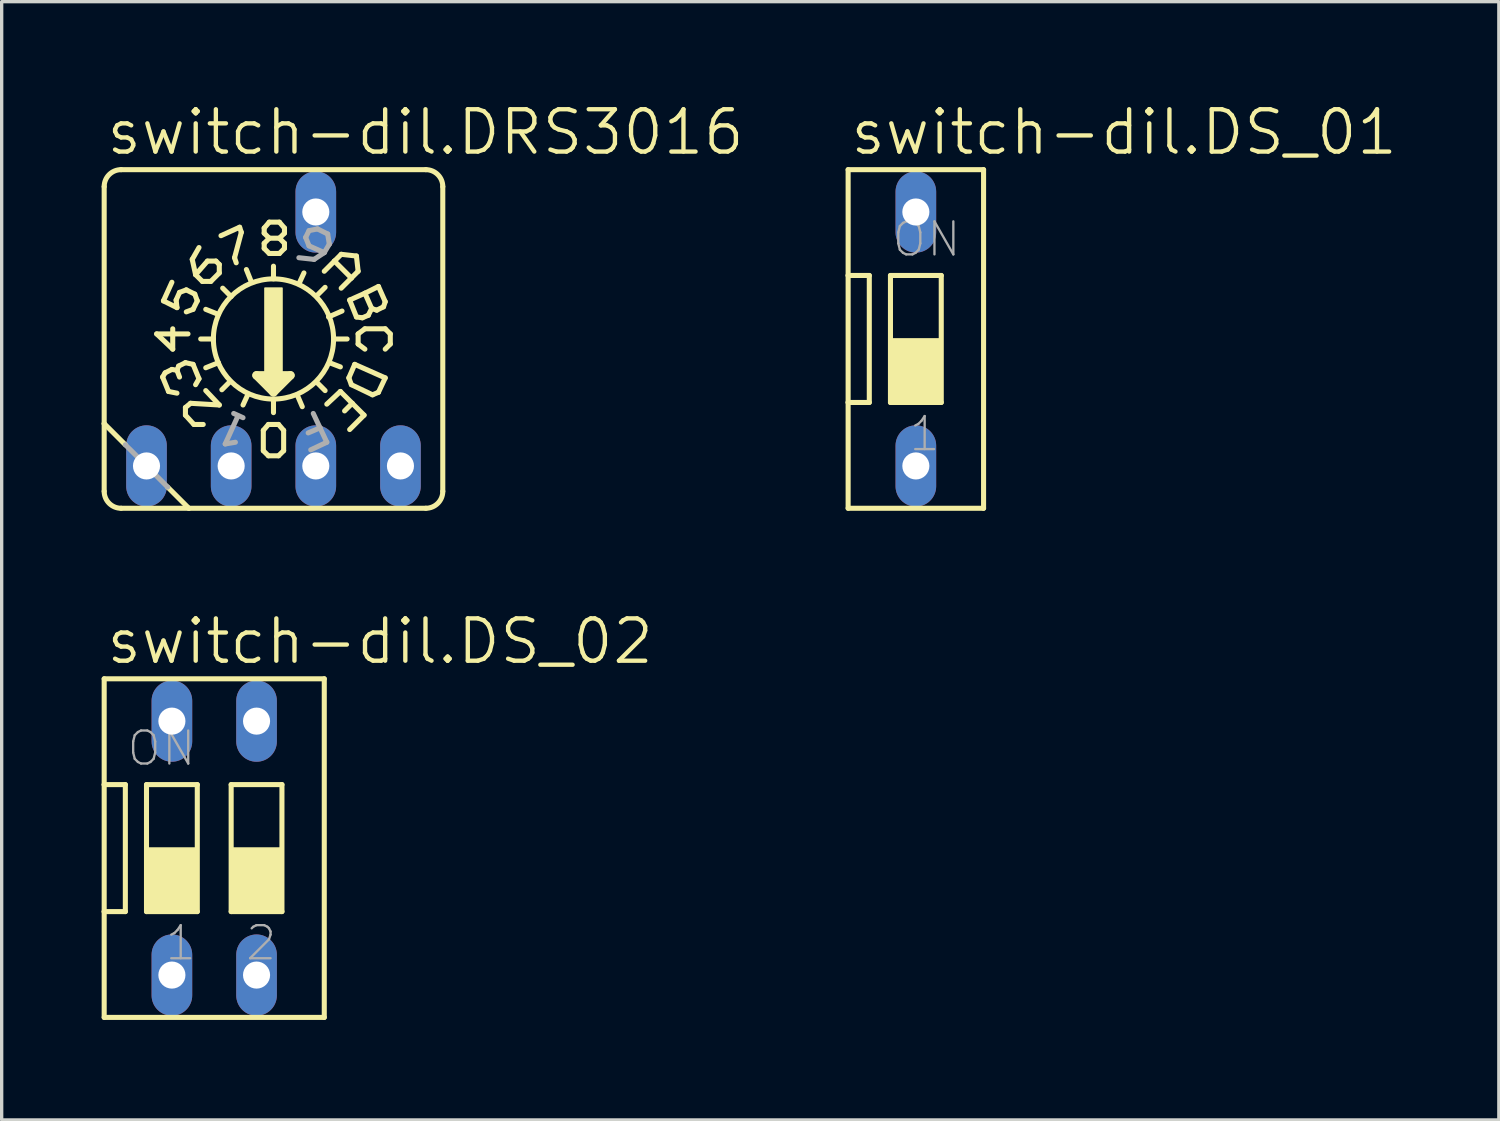
<source format=kicad_pcb>
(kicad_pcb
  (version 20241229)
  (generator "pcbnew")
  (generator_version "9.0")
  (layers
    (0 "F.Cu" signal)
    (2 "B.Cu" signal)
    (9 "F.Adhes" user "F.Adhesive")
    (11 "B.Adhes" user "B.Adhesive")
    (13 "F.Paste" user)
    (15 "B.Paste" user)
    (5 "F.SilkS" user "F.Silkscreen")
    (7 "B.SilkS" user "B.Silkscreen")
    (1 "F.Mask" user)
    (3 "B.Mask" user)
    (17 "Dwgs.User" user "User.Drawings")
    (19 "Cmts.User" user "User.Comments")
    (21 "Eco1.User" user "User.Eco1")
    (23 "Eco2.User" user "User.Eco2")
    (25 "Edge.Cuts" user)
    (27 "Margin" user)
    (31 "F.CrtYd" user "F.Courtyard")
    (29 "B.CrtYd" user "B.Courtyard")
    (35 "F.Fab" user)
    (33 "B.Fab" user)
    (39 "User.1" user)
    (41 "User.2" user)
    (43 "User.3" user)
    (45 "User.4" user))
  (footprint "switch-dil.DS_02"
    (layer "F.Cu")
    (at 3.378 22.398)
    (property "Reference" "switch-dil.DS_02" (at -3.302 -5.461 0) (layer "F.SilkS") (effects (font (size 1.27 1.27) (thickness 0.13)) (justify left bottom)))
    (attr through_hole)
    (fp_line (start -3.302 -5.08) (end -3.302 -1.905) (stroke (width 0.152) (type default)) (layer "F.SilkS"))
    (fp_line (start -3.302 -1.905) (end -3.302 1.905) (stroke (width 0.152) (type default)) (layer "F.SilkS"))
    (fp_line (start -3.302 -1.905) (end -2.667 -1.905) (stroke (width 0.152) (type default)) (layer "F.SilkS"))
    (fp_line (start -3.302 1.905) (end -3.302 5.08) (stroke (width 0.152) (type default)) (layer "F.SilkS"))
    (fp_line (start -3.302 1.905) (end -2.667 1.905) (stroke (width 0.152) (type default)) (layer "F.SilkS"))
    (fp_line (start -3.302 5.08) (end 3.302 5.08) (stroke (width 0.152) (type default)) (layer "F.SilkS"))
    (fp_line (start -2.667 1.905) (end -2.667 -1.905) (stroke (width 0.152) (type default)) (layer "F.SilkS"))
    (fp_line (start -2.032 -1.905) (end -2.032 1.905) (stroke (width 0.152) (type default)) (layer "F.SilkS"))
    (fp_line (start -2.032 -1.905) (end -0.508 -1.905) (stroke (width 0.152) (type default)) (layer "F.SilkS"))
    (fp_line (start -0.508 1.905) (end -2.032 1.905) (stroke (width 0.152) (type default)) (layer "F.SilkS"))
    (fp_line (start -0.508 1.905) (end -0.508 -1.905) (stroke (width 0.152) (type default)) (layer "F.SilkS"))
    (fp_line (start 0.508 -1.905) (end 0.508 1.905) (stroke (width 0.152) (type default)) (layer "F.SilkS"))
    (fp_line (start 0.508 -1.905) (end 2.032 -1.905) (stroke (width 0.152) (type default)) (layer "F.SilkS"))
    (fp_line (start 2.032 1.905) (end 0.508 1.905) (stroke (width 0.152) (type default)) (layer "F.SilkS"))
    (fp_line (start 2.032 1.905) (end 2.032 -1.905) (stroke (width 0.152) (type default)) (layer "F.SilkS"))
    (fp_line (start 3.302 -5.08) (end -3.302 -5.08) (stroke (width 0.152) (type default)) (layer "F.SilkS"))
    (fp_line (start 3.302 5.08) (end 3.302 -5.08) (stroke (width 0.152) (type default)) (layer "F.SilkS"))
    (fp_rect (start -2.032 1.905) (end -0.508 0) (stroke (width 0.05) (type default)) (fill yes) (layer "F.SilkS"))
    (fp_rect (start 0.508 1.905) (end 2.032 0) (stroke (width 0.05) (type default)) (fill yes) (layer "F.SilkS"))
    (fp_text user "1" (at -1.524 3.429 0) (layer "F.Fab") (effects (font (size 0.991 0.991) (thickness 0.07)) (justify left bottom)))
    (fp_text user "ON" (at -2.667 -2.413 0) (layer "F.Fab") (effects (font (size 0.991 0.991) (thickness 0.07)) (justify left bottom)))
    (fp_text user "2" (at 0.889 3.429 0) (layer "F.Fab") (effects (font (size 0.991 0.991) (thickness 0.07)) (justify left bottom)))
    (pad "1" thru_hole oval (at -1.27 3.81 90) (size 2.438 1.219) (drill 0.813) (layers "*.Cu" "*.Mask"))
    (pad "2" thru_hole oval (at 1.27 3.81 90) (size 2.438 1.219) (drill 0.813) (layers "*.Cu" "*.Mask"))
    (pad "3" thru_hole oval (at 1.27 -3.81 90) (size 2.438 1.219) (drill 0.813) (layers "*.Cu" "*.Mask"))
    (pad "4" thru_hole oval (at -1.27 -3.81 90) (size 2.438 1.219) (drill 0.813) (layers "*.Cu" "*.Mask")))
  (footprint "switch-dil.DRS3016"
    (layer "F.Cu")
    (at 5.156 7.121)
    (property "Reference" "switch-dil.DRS3016" (at -5.08 -5.461 0) (layer "F.SilkS") (effects (font (size 1.27 1.27) (thickness 0.13)) (justify left bottom)))
    (attr through_hole)
    (fp_line (start -5.08 2.54) (end -5.08 -4.572) (stroke (width 0.152) (type default)) (layer "F.SilkS"))
    (fp_line (start -5.08 4.572) (end -5.08 2.54) (stroke (width 0.152) (type default)) (layer "F.SilkS"))
    (fp_line (start -4.572 -5.08) (end 4.572 -5.08) (stroke (width 0.152) (type default)) (layer "F.SilkS"))
    (fp_line (start -4.572 5.08) (end -2.54 5.08) (stroke (width 0.152) (type default)) (layer "F.SilkS"))
    (fp_line (start -4.445 3.175) (end -5.08 2.54) (stroke (width 0.152) (type default)) (layer "F.SilkS"))
    (fp_line (start -3.505 -0.152) (end -3.023 0.305) (stroke (width 0.152) (type default)) (layer "F.SilkS"))
    (fp_line (start -3.327 1.143) (end -3.15 1.575) (stroke (width 0.152) (type default)) (layer "F.SilkS"))
    (fp_line (start -3.302 -1.143) (end -3.048 -1.702) (stroke (width 0.152) (type default)) (layer "F.SilkS"))
    (fp_line (start -3.302 -1.143) (end -2.896 -0.94) (stroke (width 0.152) (type default)) (layer "F.SilkS"))
    (fp_line (start -3.251 1.016) (end -3.327 1.143) (stroke (width 0.152) (type default)) (layer "F.SilkS"))
    (fp_line (start -3.175 4.445) (end -2.54 5.08) (stroke (width 0.152) (type default)) (layer "F.SilkS"))
    (fp_line (start -3.048 0.914) (end -3.251 1.016) (stroke (width 0.152) (type default)) (layer "F.SilkS"))
    (fp_line (start -3.023 0.305) (end -3.023 -0.305) (stroke (width 0.152) (type default)) (layer "F.SilkS"))
    (fp_line (start -2.921 -1.168) (end -2.819 -1.397) (stroke (width 0.152) (type default)) (layer "F.SilkS"))
    (fp_line (start -2.896 -0.94) (end -2.921 -1.168) (stroke (width 0.152) (type default)) (layer "F.SilkS"))
    (fp_line (start -2.896 0.94) (end -3.048 0.914) (stroke (width 0.152) (type default)) (layer "F.SilkS"))
    (fp_line (start -2.896 0.94) (end -2.819 1.143) (stroke (width 0.152) (type default)) (layer "F.SilkS"))
    (fp_line (start -2.896 1.626) (end -3.15 1.575) (stroke (width 0.152) (type default)) (layer "F.SilkS"))
    (fp_line (start -2.845 0.813) (end -2.896 0.94) (stroke (width 0.152) (type default)) (layer "F.SilkS"))
    (fp_line (start -2.819 -1.397) (end -2.616 -1.473) (stroke (width 0.152) (type default)) (layer "F.SilkS"))
    (fp_line (start -2.642 0.711) (end -2.845 0.813) (stroke (width 0.152) (type default)) (layer "F.SilkS"))
    (fp_line (start -2.642 2.057) (end -2.489 1.93) (stroke (width 0.152) (type default)) (layer "F.SilkS"))
    (fp_line (start -2.642 2.286) (end -2.642 2.057) (stroke (width 0.152) (type default)) (layer "F.SilkS"))
    (fp_line (start -2.642 2.286) (end -2.388 2.565) (stroke (width 0.152) (type default)) (layer "F.SilkS"))
    (fp_line (start -2.616 -1.473) (end -2.362 -1.346) (stroke (width 0.152) (type default)) (layer "F.SilkS"))
    (fp_line (start -2.565 -0.152) (end -3.505 -0.152) (stroke (width 0.152) (type default)) (layer "F.SilkS"))
    (fp_line (start -2.54 5.08) (end 4.572 5.08) (stroke (width 0.152) (type default)) (layer "F.SilkS"))
    (fp_line (start -2.489 1.93) (end -1.626 1.981) (stroke (width 0.152) (type default)) (layer "F.SilkS"))
    (fp_line (start -2.438 -2.388) (end -2.235 -2.743) (stroke (width 0.152) (type default)) (layer "F.SilkS"))
    (fp_line (start -2.413 -0.889) (end -2.616 -0.813) (stroke (width 0.152) (type default)) (layer "F.SilkS"))
    (fp_line (start -2.413 0.762) (end -2.642 0.711) (stroke (width 0.152) (type default)) (layer "F.SilkS"))
    (fp_line (start -2.413 0.762) (end -2.235 1.194) (stroke (width 0.152) (type default)) (layer "F.SilkS"))
    (fp_line (start -2.388 2.565) (end -2.108 2.565) (stroke (width 0.152) (type default)) (layer "F.SilkS"))
    (fp_line (start -2.362 -1.346) (end -2.286 -1.143) (stroke (width 0.152) (type default)) (layer "F.SilkS"))
    (fp_line (start -2.337 -1.93) (end -2.438 -2.388) (stroke (width 0.152) (type default)) (layer "F.SilkS"))
    (fp_line (start -2.337 1.372) (end -2.235 1.194) (stroke (width 0.152) (type default)) (layer "F.SilkS"))
    (fp_line (start -2.286 -1.143) (end -2.413 -0.889) (stroke (width 0.152) (type default)) (layer "F.SilkS"))
    (fp_line (start -2.184 0) (end -1.803 0) (stroke (width 0.152) (type default)) (layer "F.SilkS"))
    (fp_line (start -2.134 -1.727) (end -2.337 -1.93) (stroke (width 0.152) (type default)) (layer "F.SilkS"))
    (fp_line (start -2.032 1.549) (end -1.626 1.981) (stroke (width 0.152) (type default)) (layer "F.SilkS"))
    (fp_line (start -1.981 -2.337) (end -2.337 -1.93) (stroke (width 0.152) (type default)) (layer "F.SilkS"))
    (fp_line (start -1.88 -1.727) (end -2.134 -1.727) (stroke (width 0.152) (type default)) (layer "F.SilkS"))
    (fp_line (start -1.88 -1.727) (end -1.626 -1.981) (stroke (width 0.152) (type default)) (layer "F.SilkS"))
    (fp_line (start -1.727 -2.337) (end -1.981 -2.337) (stroke (width 0.152) (type default)) (layer "F.SilkS"))
    (fp_line (start -1.651 -0.737) (end -2.032 -0.889) (stroke (width 0.152) (type default)) (layer "F.SilkS"))
    (fp_line (start -1.651 0.711) (end -2.032 0.864) (stroke (width 0.152) (type default)) (layer "F.SilkS"))
    (fp_line (start -1.626 -2.235) (end -1.727 -2.337) (stroke (width 0.152) (type default)) (layer "F.SilkS"))
    (fp_line (start -1.626 -1.981) (end -1.626 -2.235) (stroke (width 0.152) (type default)) (layer "F.SilkS"))
    (fp_line (start -1.575 -3.099) (end -1.016 -3.353) (stroke (width 0.152) (type default)) (layer "F.SilkS"))
    (fp_line (start -1.295 1.27) (end -1.549 1.524) (stroke (width 0.152) (type default)) (layer "F.SilkS"))
    (fp_line (start -1.27 -1.27) (end -1.524 -1.524) (stroke (width 0.152) (type default)) (layer "F.SilkS"))
    (fp_line (start -1.168 -2.438) (end -1.118 -2.286) (stroke (width 0.152) (type default)) (layer "F.SilkS"))
    (fp_line (start -1.016 -3.353) (end -0.965 -3.2) (stroke (width 0.152) (type default)) (layer "F.SilkS"))
    (fp_line (start -0.965 -3.2) (end -1.168 -2.438) (stroke (width 0.152) (type default)) (layer "F.SilkS"))
    (fp_line (start -0.762 1.651) (end -0.914 1.981) (stroke (width 0.152) (type default)) (layer "F.SilkS"))
    (fp_line (start -0.66 -1.702) (end -0.813 -2.083) (stroke (width 0.152) (type default)) (layer "F.SilkS"))
    (fp_line (start -0.508 1.092) (end 0 1.6) (stroke (width 0.254) (type default)) (layer "F.SilkS"))
    (fp_line (start -0.305 2.743) (end -0.305 3.353) (stroke (width 0.152) (type default)) (layer "F.SilkS"))
    (fp_line (start -0.305 3.353) (end -0.152 3.505) (stroke (width 0.152) (type default)) (layer "F.SilkS"))
    (fp_line (start -0.279 -3.327) (end -0.279 -3.175) (stroke (width 0.152) (type default)) (layer "F.SilkS"))
    (fp_line (start -0.279 -3.175) (end -0.127 -3.023) (stroke (width 0.152) (type default)) (layer "F.SilkS"))
    (fp_line (start -0.279 -2.87) (end -0.279 -2.718) (stroke (width 0.152) (type default)) (layer "F.SilkS"))
    (fp_line (start -0.279 -2.718) (end -0.127 -2.565) (stroke (width 0.152) (type default)) (layer "F.SilkS"))
    (fp_line (start -0.254 1.219) (end 0.254 1.219) (stroke (width 0.254) (type default)) (layer "F.SilkS"))
    (fp_line (start -0.152 2.565) (end -0.305 2.743) (stroke (width 0.152) (type default)) (layer "F.SilkS"))
    (fp_line (start -0.152 3.505) (end 0.152 3.505) (stroke (width 0.152) (type default)) (layer "F.SilkS"))
    (fp_line (start -0.127 -3.505) (end -0.279 -3.327) (stroke (width 0.152) (type default)) (layer "F.SilkS"))
    (fp_line (start -0.127 -3.023) (end -0.279 -2.87) (stroke (width 0.152) (type default)) (layer "F.SilkS"))
    (fp_line (start -0.127 -3.023) (end 0.178 -3.023) (stroke (width 0.152) (type default)) (layer "F.SilkS"))
    (fp_line (start -0.127 -2.565) (end 0.178 -2.565) (stroke (width 0.152) (type default)) (layer "F.SilkS"))
    (fp_line (start 0 -1.803) (end 0 -2.184) (stroke (width 0.152) (type default)) (layer "F.SilkS"))
    (fp_line (start 0 1.473) (end 0 1.346) (stroke (width 0.254) (type default)) (layer "F.SilkS"))
    (fp_line (start 0 1.6) (end 0.508 1.092) (stroke (width 0.254) (type default)) (layer "F.SilkS"))
    (fp_line (start 0 1.829) (end 0 2.21) (stroke (width 0.152) (type default)) (layer "F.SilkS"))
    (fp_line (start 0.152 2.565) (end -0.152 2.565) (stroke (width 0.152) (type default)) (layer "F.SilkS"))
    (fp_line (start 0.152 3.505) (end 0.305 3.353) (stroke (width 0.152) (type default)) (layer "F.SilkS"))
    (fp_line (start 0.178 -3.505) (end -0.127 -3.505) (stroke (width 0.152) (type default)) (layer "F.SilkS"))
    (fp_line (start 0.178 -3.023) (end 0.33 -3.175) (stroke (width 0.152) (type default)) (layer "F.SilkS"))
    (fp_line (start 0.178 -2.565) (end 0.33 -2.718) (stroke (width 0.152) (type default)) (layer "F.SilkS"))
    (fp_line (start 0.305 2.743) (end 0.152 2.565) (stroke (width 0.152) (type default)) (layer "F.SilkS"))
    (fp_line (start 0.305 3.353) (end 0.305 2.743) (stroke (width 0.152) (type default)) (layer "F.SilkS"))
    (fp_line (start 0.33 -3.327) (end 0.178 -3.505) (stroke (width 0.152) (type default)) (layer "F.SilkS"))
    (fp_line (start 0.33 -3.175) (end 0.33 -3.327) (stroke (width 0.152) (type default)) (layer "F.SilkS"))
    (fp_line (start 0.33 -2.87) (end 0.178 -3.023) (stroke (width 0.152) (type default)) (layer "F.SilkS"))
    (fp_line (start 0.33 -2.718) (end 0.33 -2.87) (stroke (width 0.152) (type default)) (layer "F.SilkS"))
    (fp_line (start 0.508 1.092) (end -0.508 1.092) (stroke (width 0.254) (type default)) (layer "F.SilkS"))
    (fp_line (start 0.711 1.676) (end 0.864 2.032) (stroke (width 0.152) (type default)) (layer "F.SilkS"))
    (fp_line (start 0.762 -1.651) (end 0.914 -1.981) (stroke (width 0.152) (type default)) (layer "F.SilkS"))
    (fp_line (start 1.295 -1.295) (end 1.549 -1.549) (stroke (width 0.152) (type default)) (layer "F.SilkS"))
    (fp_line (start 1.295 1.295) (end 1.549 1.549) (stroke (width 0.152) (type default)) (layer "F.SilkS"))
    (fp_line (start 1.524 -2.032) (end 1.829 -2.337) (stroke (width 0.152) (type default)) (layer "F.SilkS"))
    (fp_line (start 1.651 -0.66) (end 2.057 -0.838) (stroke (width 0.152) (type default)) (layer "F.SilkS"))
    (fp_line (start 1.676 0.711) (end 2.007 0.838) (stroke (width 0.152) (type default)) (layer "F.SilkS"))
    (fp_line (start 1.829 -2.337) (end 2.032 -2.54) (stroke (width 0.152) (type default)) (layer "F.SilkS"))
    (fp_line (start 1.829 -2.337) (end 2.337 -1.829) (stroke (width 0.152) (type default)) (layer "F.SilkS"))
    (fp_line (start 1.829 0) (end 2.21 0) (stroke (width 0.152) (type default)) (layer "F.SilkS"))
    (fp_line (start 2.007 1.575) (end 1.6 1.956) (stroke (width 0.152) (type default)) (layer "F.SilkS"))
    (fp_line (start 2.007 1.575) (end 2.362 1.93) (stroke (width 0.152) (type default)) (layer "F.SilkS"))
    (fp_line (start 2.032 -2.54) (end 2.489 -2.489) (stroke (width 0.152) (type default)) (layer "F.SilkS"))
    (fp_line (start 2.261 1.168) (end 2.337 1.372) (stroke (width 0.152) (type default)) (layer "F.SilkS"))
    (fp_line (start 2.286 -1.168) (end 2.743 -1.372) (stroke (width 0.152) (type default)) (layer "F.SilkS"))
    (fp_line (start 2.337 -1.829) (end 2.032 -1.524) (stroke (width 0.152) (type default)) (layer "F.SilkS"))
    (fp_line (start 2.337 1.372) (end 2.972 1.676) (stroke (width 0.152) (type default)) (layer "F.SilkS"))
    (fp_line (start 2.362 1.93) (end 2.134 2.159) (stroke (width 0.152) (type default)) (layer "F.SilkS"))
    (fp_line (start 2.362 1.93) (end 2.718 2.286) (stroke (width 0.152) (type default)) (layer "F.SilkS"))
    (fp_line (start 2.438 0.762) (end 2.261 1.168) (stroke (width 0.152) (type default)) (layer "F.SilkS"))
    (fp_line (start 2.489 -2.489) (end 2.54 -2.032) (stroke (width 0.152) (type default)) (layer "F.SilkS"))
    (fp_line (start 2.489 -0.66) (end 2.286 -1.168) (stroke (width 0.152) (type default)) (layer "F.SilkS"))
    (fp_line (start 2.54 -2.032) (end 2.337 -1.829) (stroke (width 0.152) (type default)) (layer "F.SilkS"))
    (fp_line (start 2.54 -0.152) (end 2.54 0.152) (stroke (width 0.152) (type default)) (layer "F.SilkS"))
    (fp_line (start 2.54 0.152) (end 2.743 0.305) (stroke (width 0.152) (type default)) (layer "F.SilkS"))
    (fp_line (start 2.667 -0.635) (end 2.489 -0.66) (stroke (width 0.152) (type default)) (layer "F.SilkS"))
    (fp_line (start 2.718 2.286) (end 2.286 2.718) (stroke (width 0.152) (type default)) (layer "F.SilkS"))
    (fp_line (start 2.743 -1.372) (end 3.15 -1.575) (stroke (width 0.152) (type default)) (layer "F.SilkS"))
    (fp_line (start 2.743 -0.305) (end 2.54 -0.152) (stroke (width 0.152) (type default)) (layer "F.SilkS"))
    (fp_line (start 2.743 -0.305) (end 3.353 -0.305) (stroke (width 0.152) (type default)) (layer "F.SilkS"))
    (fp_line (start 2.845 -0.711) (end 2.667 -0.635) (stroke (width 0.152) (type default)) (layer "F.SilkS"))
    (fp_line (start 2.946 -0.914) (end 2.743 -1.372) (stroke (width 0.152) (type default)) (layer "F.SilkS"))
    (fp_line (start 2.946 -0.914) (end 2.845 -0.711) (stroke (width 0.152) (type default)) (layer "F.SilkS"))
    (fp_line (start 2.972 1.676) (end 3.15 1.6) (stroke (width 0.152) (type default)) (layer "F.SilkS"))
    (fp_line (start 3.099 -0.864) (end 2.946 -0.914) (stroke (width 0.152) (type default)) (layer "F.SilkS"))
    (fp_line (start 3.15 -1.575) (end 3.353 -1.118) (stroke (width 0.152) (type default)) (layer "F.SilkS"))
    (fp_line (start 3.15 1.6) (end 3.353 1.168) (stroke (width 0.152) (type default)) (layer "F.SilkS"))
    (fp_line (start 3.302 -0.965) (end 3.099 -0.864) (stroke (width 0.152) (type default)) (layer "F.SilkS"))
    (fp_line (start 3.353 -1.118) (end 3.302 -0.965) (stroke (width 0.152) (type default)) (layer "F.SilkS"))
    (fp_line (start 3.353 -0.305) (end 3.505 -0.152) (stroke (width 0.152) (type default)) (layer "F.SilkS"))
    (fp_line (start 3.353 1.168) (end 2.438 0.762) (stroke (width 0.152) (type default)) (layer "F.SilkS"))
    (fp_line (start 3.505 -0.152) (end 3.505 0.152) (stroke (width 0.152) (type default)) (layer "F.SilkS"))
    (fp_line (start 3.505 0.152) (end 3.353 0.305) (stroke (width 0.152) (type default)) (layer "F.SilkS"))
    (fp_line (start 5.08 4.572) (end 5.08 -4.572) (stroke (width 0.152) (type default)) (layer "F.SilkS"))
    (fp_rect (start -0.254 1.016) (end 0.254 -1.524) (stroke (width 0.05) (type default)) (fill yes) (layer "F.SilkS"))
    (fp_arc (start -5.08 -4.572) (mid -4.93121 -4.93121) (end -4.572 -5.08) (stroke (width 0.1524) (type default)) (layer "F.SilkS"))
    (fp_arc (start -4.572 5.08) (mid -4.93121 4.93121) (end -5.08 4.572) (stroke (width 0.1524) (type default)) (layer "F.SilkS"))
    (fp_arc (start 4.572 -5.08) (mid 4.93121 -4.93121) (end 5.08 -4.572) (stroke (width 0.1524) (type default)) (layer "F.SilkS"))
    (fp_arc (start 5.08 4.572) (mid 4.93121 4.93121) (end 4.572 5.08) (stroke (width 0.1524) (type default)) (layer "F.SilkS"))
    (fp_circle (center 0 0) (end 1.803 0) (stroke (width 0.152) (type default)) (fill no) (layer "F.SilkS"))
    (fp_line (start -3.175 4.445) (end -4.445 3.175) (stroke (width 0.152) (type default)) (layer "F.Fab"))
    (fp_line (start -1.448 3.15) (end -1.143 3.099) (stroke (width 0.152) (type default)) (layer "F.Fab"))
    (fp_line (start -1.194 2.235) (end -0.914 2.362) (stroke (width 0.152) (type default)) (layer "F.Fab"))
    (fp_line (start -1.067 2.311) (end -1.448 3.15) (stroke (width 0.152) (type default)) (layer "F.Fab"))
    (fp_line (start 0.965 -3.048) (end 1.067 -2.794) (stroke (width 0.152) (type default)) (layer "F.Fab"))
    (fp_line (start 1.067 -3.251) (end 0.965 -3.048) (stroke (width 0.152) (type default)) (layer "F.Fab"))
    (fp_line (start 1.067 -2.794) (end 1.524 -2.591) (stroke (width 0.152) (type default)) (layer "F.Fab"))
    (fp_line (start 1.118 3.327) (end 1.6 3.099) (stroke (width 0.152) (type default)) (layer "F.Fab"))
    (fp_line (start 1.219 -2.388) (end 0.762 -2.438) (stroke (width 0.152) (type default)) (layer "F.Fab"))
    (fp_line (start 1.321 -3.302) (end 1.067 -3.251) (stroke (width 0.152) (type default)) (layer "F.Fab"))
    (fp_line (start 1.397 2.667) (end 1.041 2.819) (stroke (width 0.152) (type default)) (layer "F.Fab"))
    (fp_line (start 1.397 2.667) (end 1.194 2.235) (stroke (width 0.152) (type default)) (layer "F.Fab"))
    (fp_line (start 1.524 -2.591) (end 1.219 -2.388) (stroke (width 0.152) (type default)) (layer "F.Fab"))
    (fp_line (start 1.6 3.099) (end 1.397 2.667) (stroke (width 0.152) (type default)) (layer "F.Fab"))
    (fp_line (start 1.626 -3.15) (end 1.321 -3.302) (stroke (width 0.152) (type default)) (layer "F.Fab"))
    (fp_line (start 1.626 -3.15) (end 1.676 -2.845) (stroke (width 0.152) (type default)) (layer "F.Fab"))
    (fp_line (start 1.676 -2.845) (end 1.524 -2.591) (stroke (width 0.152) (type default)) (layer "F.Fab"))
    (pad "1" thru_hole oval (at 3.81 3.81 90) (size 2.438 1.219) (drill 0.813) (layers "*.Cu" "*.Mask"))
    (pad "2" thru_hole oval (at 1.27 3.81 90) (size 2.438 1.219) (drill 0.813) (layers "*.Cu" "*.Mask"))
    (pad "4" thru_hole oval (at -1.27 3.81 90) (size 2.438 1.219) (drill 0.813) (layers "*.Cu" "*.Mask"))
    (pad "8" thru_hole oval (at -3.81 3.81 90) (size 2.438 1.219) (drill 0.813) (layers "*.Cu" "*.Mask"))
    (pad "C" thru_hole oval (at 1.27 -3.81 90) (size 2.438 1.219) (drill 0.813) (layers "*.Cu" "*.Mask")))
  (footprint "switch-dil.DS_01"
    (layer "F.Cu")
    (at 24.431 7.121)
    (property "Reference" "switch-dil.DS_01" (at -2.032 -5.461 0) (layer "F.SilkS") (effects (font (size 1.27 1.27) (thickness 0.13)) (justify left bottom)))
    (attr through_hole)
    (fp_line (start -2.032 -5.08) (end -2.032 -1.905) (stroke (width 0.152) (type default)) (layer "F.SilkS"))
    (fp_line (start -2.032 -1.905) (end -2.032 1.905) (stroke (width 0.152) (type default)) (layer "F.SilkS"))
    (fp_line (start -2.032 -1.905) (end -1.397 -1.905) (stroke (width 0.152) (type default)) (layer "F.SilkS"))
    (fp_line (start -2.032 1.905) (end -2.032 5.08) (stroke (width 0.152) (type default)) (layer "F.SilkS"))
    (fp_line (start -2.032 1.905) (end -1.397 1.905) (stroke (width 0.152) (type default)) (layer "F.SilkS"))
    (fp_line (start -2.032 5.08) (end 2.032 5.08) (stroke (width 0.152) (type default)) (layer "F.SilkS"))
    (fp_line (start -1.397 1.905) (end -1.397 -1.905) (stroke (width 0.152) (type default)) (layer "F.SilkS"))
    (fp_line (start -0.762 -1.905) (end -0.762 1.905) (stroke (width 0.152) (type default)) (layer "F.SilkS"))
    (fp_line (start -0.762 -1.905) (end 0.762 -1.905) (stroke (width 0.152) (type default)) (layer "F.SilkS"))
    (fp_line (start 0.762 1.905) (end -0.762 1.905) (stroke (width 0.152) (type default)) (layer "F.SilkS"))
    (fp_line (start 0.762 1.905) (end 0.762 -1.905) (stroke (width 0.152) (type default)) (layer "F.SilkS"))
    (fp_line (start 2.032 -5.08) (end -2.032 -5.08) (stroke (width 0.152) (type default)) (layer "F.SilkS"))
    (fp_line (start 2.032 5.08) (end 2.032 -5.08) (stroke (width 0.152) (type default)) (layer "F.SilkS"))
    (fp_rect (start -0.762 1.905) (end 0.762 0) (stroke (width 0.05) (type default)) (fill yes) (layer "F.SilkS"))
    (fp_text user "1" (at -0.254 3.429 0) (layer "F.Fab") (effects (font (size 0.991 0.991) (thickness 0.07)) (justify left bottom)))
    (fp_text user "ON" (at -0.762 -2.413 0) (layer "F.Fab") (effects (font (size 0.991 0.991) (thickness 0.07)) (justify left bottom)))
    (pad "1" thru_hole oval (at 0 3.81 90) (size 2.438 1.219) (drill 0.813) (layers "*.Cu" "*.Mask"))
    (pad "2" thru_hole oval (at 0 -3.81 90) (size 2.438 1.219) (drill 0.813) (layers "*.Cu" "*.Mask")))
  (gr_rect
    (start -3 -3)
    (end 41.924 30.554)
    (stroke (width 0.1) (type default))
    (fill no)
    (layer "Edge.Cuts")))
</source>
